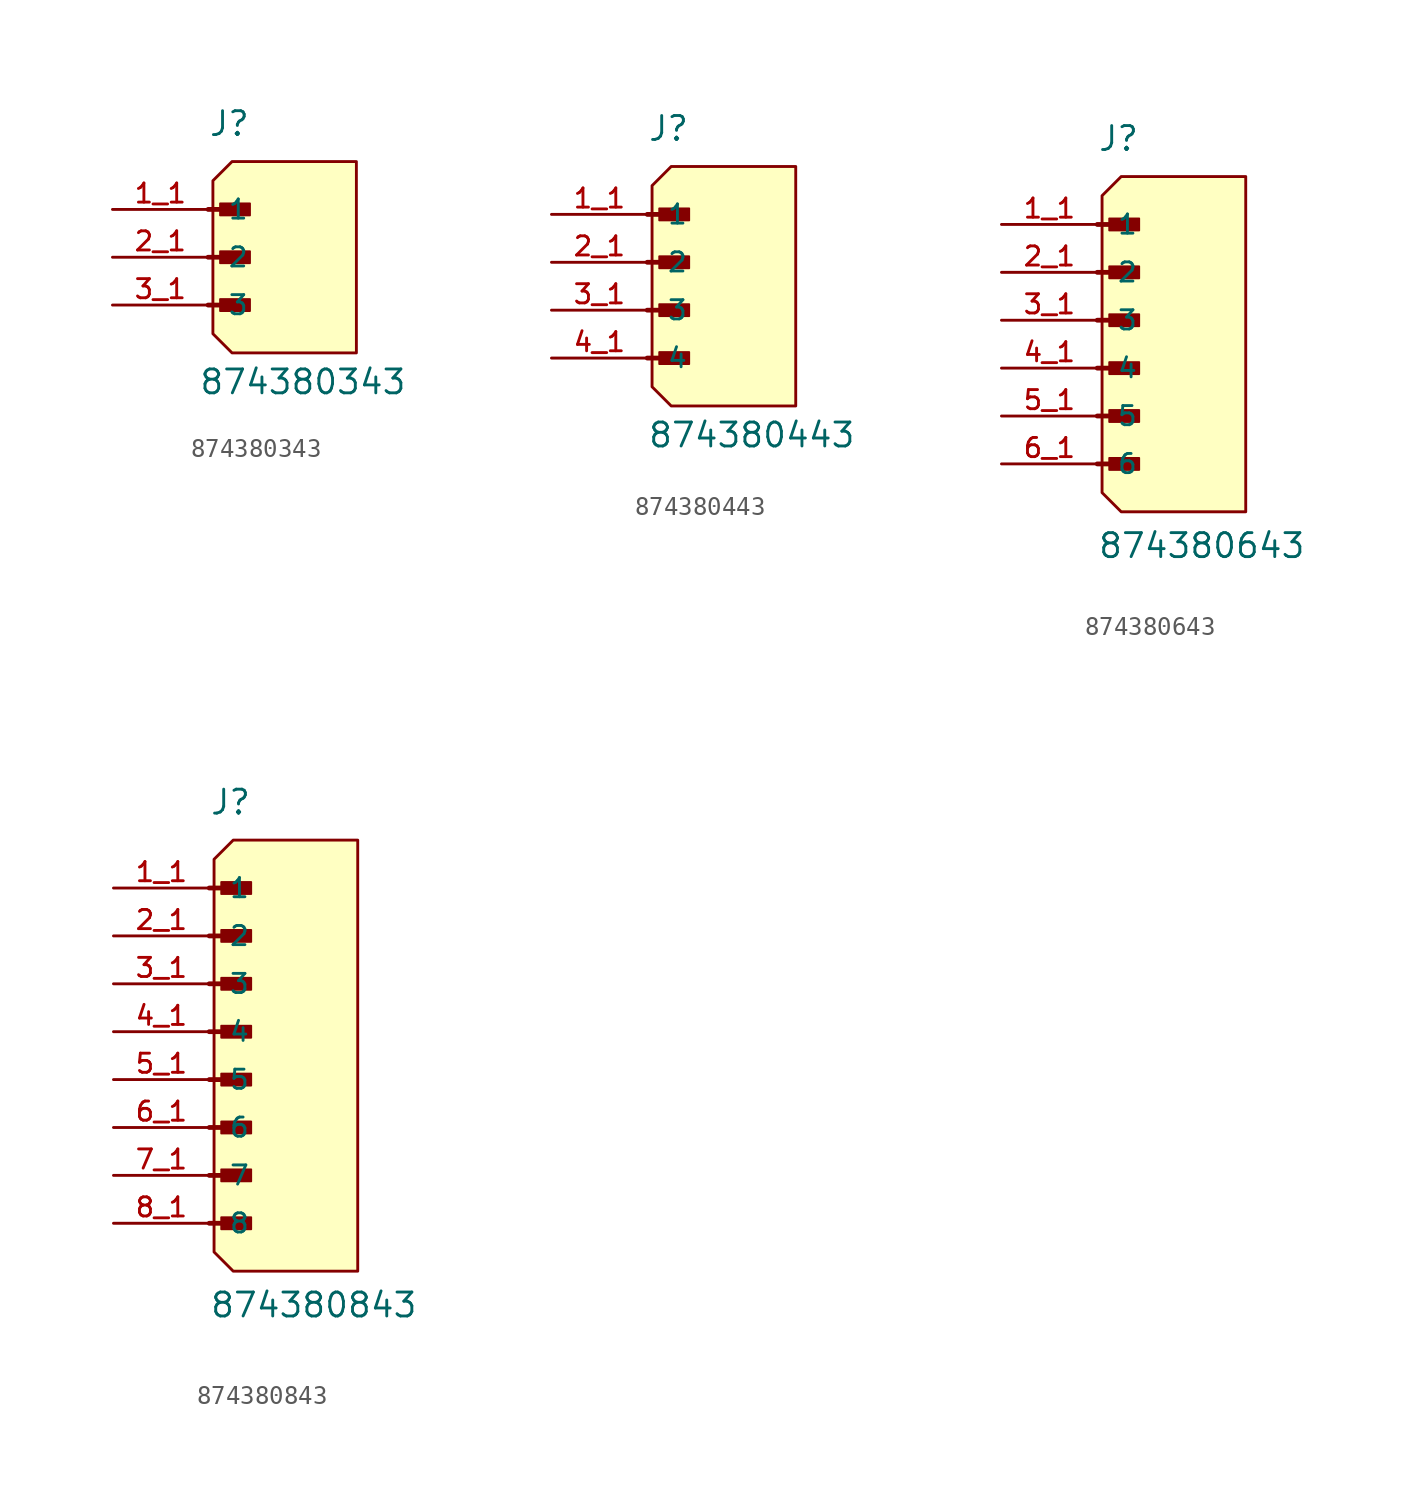
<source format=kicad_sym>
(kicad_symbol_lib
  (version 20241209)
  (generator "kicad_symbol_editor")
  (generator_version "9.0")
  (symbol "874380343"
    (pin_names
      (offset 1.016))
    (property "Reference" "J"
      (at 0 3.81 0)
      (effects (font (size 1.27 1.27)) (justify left bottom)))
    (property "Value" "874380343"
      (at -0.508 -9.906 0)
      (effects (font (size 1.27 1.27)) (justify left bottom)))
    (symbol "874380343_0_0"
      (polyline (pts (xy 0 0) (xy 1.905 0)) (stroke (width 0.254) (type default)) (fill (type none)))
      (polyline (pts (xy 0 -2.54) (xy 1.905 -2.54)) (stroke (width 0.254) (type default)) (fill (type none)))
      (polyline (pts (xy 0 -5.08) (xy 1.905 -5.08)) (stroke (width 0.254) (type default)) (fill (type none)))
      (rectangle (start 0.635 -0.318) (end 2.223 0.318) (stroke (width 0.1) (type default)) (fill (type outline)))
      (rectangle (start 0.635 -2.857) (end 2.223 -2.223) (stroke (width 0.1) (type default)) (fill (type outline)))
      (rectangle (start 0.635 -5.397) (end 2.223 -4.763) (stroke (width 0.1) (type default)) (fill (type outline)))
      (pin passive line (at -5.08 0 0) (length 5.08) (name "1" (effects (font (size 1.016 1.016)))) (number "1_1" (effects (font (size 1.016 1.016)))))
      (pin passive line (at -5.08 0 0) (length 5.08) (hide yes) (name "1" (effects (font (size 1.016 1.016)))) (number "1_2" (effects (font (size 1.016 1.016)))))
      (pin passive line (at -5.08 -2.54 0) (length 5.08) (name "2" (effects (font (size 1.016 1.016)))) (number "2_1" (effects (font (size 1.016 1.016)))))
      (pin passive line (at -5.08 -2.54 0) (length 5.08) (hide yes) (name "2" (effects (font (size 1.016 1.016)))) (number "2_2" (effects (font (size 1.016 1.016)))))
      (pin passive line (at -5.08 -5.08 0) (length 5.08) (name "3" (effects (font (size 1.016 1.016)))) (number "3_1" (effects (font (size 1.016 1.016)))))
      (pin passive line (at -5.08 -5.08 0) (length 5.08) (hide yes) (name "3" (effects (font (size 1.016 1.016)))) (number "3_2" (effects (font (size 1.016 1.016))))))
    (symbol "874380343_1_1"
      (polyline (pts (xy 7.874 2.54) (xy 1.27 2.54) (xy 0.254 1.524) (xy 0.254 -6.604) (xy 1.27 -7.62) (xy 7.874 -7.62) (xy 7.874 2.54)) (stroke (width 0) (type solid)) (fill (type color) (color 255 255 194 1)))))
  (symbol "874380443"
    (pin_names
      (offset 1.016))
    (property "Reference" "J"
      (at 0 3.81 0)
      (effects (font (size 1.27 1.27)) (justify left bottom)))
    (property "Value" "874380443"
      (at 0 -12.446 0)
      (effects (font (size 1.27 1.27)) (justify left bottom)))
    (symbol "874380443_0_0"
      (polyline (pts (xy 0 0) (xy 1.905 0)) (stroke (width 0.254) (type default)) (fill (type none)))
      (polyline (pts (xy 0 -2.54) (xy 1.905 -2.54)) (stroke (width 0.254) (type default)) (fill (type none)))
      (polyline (pts (xy 0 -5.08) (xy 1.905 -5.08)) (stroke (width 0.254) (type default)) (fill (type none)))
      (polyline (pts (xy 0 -7.62) (xy 1.905 -7.62)) (stroke (width 0.254) (type default)) (fill (type none)))
      (rectangle (start 0.635 -0.318) (end 2.223 0.318) (stroke (width 0.1) (type default)) (fill (type outline)))
      (rectangle (start 0.635 -2.857) (end 2.223 -2.223) (stroke (width 0.1) (type default)) (fill (type outline)))
      (rectangle (start 0.635 -5.397) (end 2.223 -4.763) (stroke (width 0.1) (type default)) (fill (type outline)))
      (rectangle (start 0.635 -7.938) (end 2.223 -7.303) (stroke (width 0.1) (type default)) (fill (type outline)))
      (pin passive line (at -5.08 0 0) (length 5.08) (name "1" (effects (font (size 1.016 1.016)))) (number "1_1" (effects (font (size 1.016 1.016)))))
      (pin passive line (at -5.08 0 0) (length 5.08) (hide yes) (name "1" (effects (font (size 1.016 1.016)))) (number "1_2" (effects (font (size 1.016 1.016)))))
      (pin passive line (at -5.08 -2.54 0) (length 5.08) (name "2" (effects (font (size 1.016 1.016)))) (number "2_1" (effects (font (size 1.016 1.016)))))
      (pin passive line (at -5.08 -2.54 0) (length 5.08) (hide yes) (name "2" (effects (font (size 1.016 1.016)))) (number "2_2" (effects (font (size 1.016 1.016)))))
      (pin passive line (at -5.08 -5.08 0) (length 5.08) (name "3" (effects (font (size 1.016 1.016)))) (number "3_1" (effects (font (size 1.016 1.016)))))
      (pin passive line (at -5.08 -5.08 0) (length 5.08) (hide yes) (name "3" (effects (font (size 1.016 1.016)))) (number "3_2" (effects (font (size 1.016 1.016)))))
      (pin passive line (at -5.08 -7.62 0) (length 5.08) (name "4" (effects (font (size 1.016 1.016)))) (number "4_1" (effects (font (size 1.016 1.016)))))
      (pin passive line (at -5.08 -7.62 0) (length 5.08) (hide yes) (name "4" (effects (font (size 1.016 1.016)))) (number "4_2" (effects (font (size 1.016 1.016))))))
    (symbol "874380443_1_1"
      (polyline (pts (xy 7.874 2.54) (xy 1.27 2.54) (xy 0.254 1.524) (xy 0.254 -9.144) (xy 1.27 -10.16) (xy 7.874 -10.16) (xy 7.874 2.54)) (stroke (width 0) (type solid)) (fill (type color) (color 255 255 194 1)))))
  (symbol "874380643"
    (pin_names
      (offset 1.016))
    (property "Reference" "J"
      (at 0 3.81 0)
      (effects (font (size 1.27 1.27)) (justify left bottom)))
    (property "Value" "874380643"
      (at 0 -17.78 0)
      (effects (font (size 1.27 1.27)) (justify left bottom)))
    (symbol "874380643_0_0"
      (polyline (pts (xy 0 0) (xy 1.905 0)) (stroke (width 0.254) (type default)) (fill (type none)))
      (polyline (pts (xy 0 -2.54) (xy 1.905 -2.54)) (stroke (width 0.254) (type default)) (fill (type none)))
      (polyline (pts (xy 0 -5.08) (xy 1.905 -5.08)) (stroke (width 0.254) (type default)) (fill (type none)))
      (polyline (pts (xy 0 -7.62) (xy 1.905 -7.62)) (stroke (width 0.254) (type default)) (fill (type none)))
      (polyline (pts (xy 0 -10.16) (xy 1.905 -10.16)) (stroke (width 0.254) (type default)) (fill (type none)))
      (polyline (pts (xy 0 -12.7) (xy 1.905 -12.7)) (stroke (width 0.254) (type default)) (fill (type none)))
      (rectangle (start 0.635 -0.318) (end 2.223 0.318) (stroke (width 0.1) (type default)) (fill (type outline)))
      (rectangle (start 0.635 -2.857) (end 2.223 -2.223) (stroke (width 0.1) (type default)) (fill (type outline)))
      (rectangle (start 0.635 -5.397) (end 2.223 -4.763) (stroke (width 0.1) (type default)) (fill (type outline)))
      (rectangle (start 0.635 -7.938) (end 2.223 -7.303) (stroke (width 0.1) (type default)) (fill (type outline)))
      (rectangle (start 0.635 -10.477) (end 2.223 -9.842) (stroke (width 0.1) (type default)) (fill (type outline)))
      (rectangle (start 0.635 -13.018) (end 2.223 -12.383) (stroke (width 0.1) (type default)) (fill (type outline)))
      (pin passive line (at -5.08 0 0) (length 5.08) (name "1" (effects (font (size 1.016 1.016)))) (number "1_1" (effects (font (size 1.016 1.016)))))
      (pin passive line (at -5.08 0 0) (length 5.08) (hide yes) (name "1" (effects (font (size 1.016 1.016)))) (number "1_2" (effects (font (size 1.016 1.016)))))
      (pin passive line (at -5.08 -2.54 0) (length 5.08) (name "2" (effects (font (size 1.016 1.016)))) (number "2_1" (effects (font (size 1.016 1.016)))))
      (pin passive line (at -5.08 -2.54 0) (length 5.08) (hide yes) (name "2" (effects (font (size 1.016 1.016)))) (number "2_2" (effects (font (size 1.016 1.016)))))
      (pin passive line (at -5.08 -5.08 0) (length 5.08) (name "3" (effects (font (size 1.016 1.016)))) (number "3_1" (effects (font (size 1.016 1.016)))))
      (pin passive line (at -5.08 -5.08 0) (length 5.08) (hide yes) (name "3" (effects (font (size 1.016 1.016)))) (number "3_2" (effects (font (size 1.016 1.016)))))
      (pin passive line (at -5.08 -7.62 0) (length 5.08) (name "4" (effects (font (size 1.016 1.016)))) (number "4_1" (effects (font (size 1.016 1.016)))))
      (pin passive line (at -5.08 -7.62 0) (length 5.08) (hide yes) (name "4" (effects (font (size 1.016 1.016)))) (number "4_2" (effects (font (size 1.016 1.016)))))
      (pin passive line (at -5.08 -10.16 0) (length 5.08) (name "5" (effects (font (size 1.016 1.016)))) (number "5_1" (effects (font (size 1.016 1.016)))))
      (pin passive line (at -5.08 -10.16 0) (length 5.08) (hide yes) (name "5" (effects (font (size 1.016 1.016)))) (number "5_2" (effects (font (size 1.016 1.016)))))
      (pin passive line (at -5.08 -12.7 0) (length 5.08) (name "6" (effects (font (size 1.016 1.016)))) (number "6_1" (effects (font (size 1.016 1.016)))))
      (pin passive line (at -5.08 -12.7 0) (length 5.08) (hide yes) (name "6" (effects (font (size 1.016 1.016)))) (number "6_2" (effects (font (size 1.016 1.016))))))
    (symbol "874380643_1_1"
      (polyline (pts (xy 7.874 2.54) (xy 1.27 2.54) (xy 0.254 1.524) (xy 0.254 -14.224) (xy 1.27 -15.24) (xy 7.874 -15.24) (xy 7.874 2.54)) (stroke (width 0) (type solid)) (fill (type color) (color 255 255 194 1)))))
  (symbol "874380843"
    (pin_names
      (offset 1.016))
    (property "Reference" "J"
      (at 0 3.81 0)
      (effects (font (size 1.27 1.27)) (justify left bottom)))
    (property "Value" "874380843"
      (at 0 -22.86 0)
      (effects (font (size 1.27 1.27)) (justify left bottom)))
    (symbol "874380843_0_0"
      (polyline (pts (xy 0 0) (xy 1.905 0)) (stroke (width 0.254) (type default)) (fill (type none)))
      (polyline (pts (xy 0 -2.54) (xy 1.905 -2.54)) (stroke (width 0.254) (type default)) (fill (type none)))
      (polyline (pts (xy 0 -5.08) (xy 1.905 -5.08)) (stroke (width 0.254) (type default)) (fill (type none)))
      (polyline (pts (xy 0 -7.62) (xy 1.905 -7.62)) (stroke (width 0.254) (type default)) (fill (type none)))
      (polyline (pts (xy 0 -10.16) (xy 1.905 -10.16)) (stroke (width 0.254) (type default)) (fill (type none)))
      (polyline (pts (xy 0 -12.7) (xy 1.905 -12.7)) (stroke (width 0.254) (type default)) (fill (type none)))
      (polyline (pts (xy 0 -15.24) (xy 1.905 -15.24)) (stroke (width 0.254) (type default)) (fill (type none)))
      (polyline (pts (xy 0 -17.78) (xy 1.905 -17.78)) (stroke (width 0.254) (type default)) (fill (type none)))
      (rectangle (start 0.635 -0.318) (end 2.223 0.318) (stroke (width 0.1) (type default)) (fill (type outline)))
      (rectangle (start 0.635 -2.857) (end 2.223 -2.223) (stroke (width 0.1) (type default)) (fill (type outline)))
      (rectangle (start 0.635 -5.397) (end 2.223 -4.763) (stroke (width 0.1) (type default)) (fill (type outline)))
      (rectangle (start 0.635 -7.938) (end 2.223 -7.303) (stroke (width 0.1) (type default)) (fill (type outline)))
      (rectangle (start 0.635 -10.477) (end 2.223 -9.842) (stroke (width 0.1) (type default)) (fill (type outline)))
      (rectangle (start 0.635 -13.018) (end 2.223 -12.383) (stroke (width 0.1) (type default)) (fill (type outline)))
      (rectangle (start 0.635 -15.557) (end 2.223 -14.922) (stroke (width 0.1) (type default)) (fill (type outline)))
      (rectangle (start 0.635 -18.098) (end 2.223 -17.462) (stroke (width 0.1) (type default)) (fill (type outline)))
      (pin passive line (at -5.08 0 0) (length 5.08) (name "1" (effects (font (size 1.016 1.016)))) (number "1_1" (effects (font (size 1.016 1.016)))))
      (pin passive line (at -5.08 0 0) (length 5.08) (hide yes) (name "1" (effects (font (size 1.016 1.016)))) (number "1_2" (effects (font (size 1.016 1.016)))))
      (pin passive line (at -5.08 -2.54 0) (length 5.08) (name "2" (effects (font (size 1.016 1.016)))) (number "2_1" (effects (font (size 1.016 1.016)))))
      (pin passive line (at -5.08 -2.54 0) (length 5.08) (hide yes) (name "2" (effects (font (size 1.016 1.016)))) (number "2_2" (effects (font (size 1.016 1.016)))))
      (pin passive line (at -5.08 -5.08 0) (length 5.08) (name "3" (effects (font (size 1.016 1.016)))) (number "3_1" (effects (font (size 1.016 1.016)))))
      (pin passive line (at -5.08 -5.08 0) (length 5.08) (hide yes) (name "3" (effects (font (size 1.016 1.016)))) (number "3_2" (effects (font (size 1.016 1.016)))))
      (pin passive line (at -5.08 -7.62 0) (length 5.08) (name "4" (effects (font (size 1.016 1.016)))) (number "4_1" (effects (font (size 1.016 1.016)))))
      (pin passive line (at -5.08 -7.62 0) (length 5.08) (hide yes) (name "4" (effects (font (size 1.016 1.016)))) (number "4_2" (effects (font (size 1.016 1.016)))))
      (pin passive line (at -5.08 -10.16 0) (length 5.08) (name "5" (effects (font (size 1.016 1.016)))) (number "5_1" (effects (font (size 1.016 1.016)))))
      (pin passive line (at -5.08 -10.16 0) (length 5.08) (hide yes) (name "5" (effects (font (size 1.016 1.016)))) (number "5_2" (effects (font (size 1.016 1.016)))))
      (pin passive line (at -5.08 -12.7 0) (length 5.08) (name "6" (effects (font (size 1.016 1.016)))) (number "6_1" (effects (font (size 1.016 1.016)))))
      (pin passive line (at -5.08 -12.7 0) (length 5.08) (hide yes) (name "6" (effects (font (size 1.016 1.016)))) (number "6_2" (effects (font (size 1.016 1.016)))))
      (pin passive line (at -5.08 -15.24 0) (length 5.08) (name "7" (effects (font (size 1.016 1.016)))) (number "7_1" (effects (font (size 1.016 1.016)))))
      (pin passive line (at -5.08 -15.24 0) (length 5.08) (hide yes) (name "7" (effects (font (size 1.016 1.016)))) (number "7_2" (effects (font (size 1.016 1.016)))))
      (pin passive line (at -5.08 -17.78 0) (length 5.08) (name "8" (effects (font (size 1.016 1.016)))) (number "8_1" (effects (font (size 1.016 1.016)))))
      (pin passive line (at -5.08 -17.78 0) (length 5.08) (hide yes) (name "8" (effects (font (size 1.016 1.016)))) (number "8_2" (effects (font (size 1.016 1.016))))))
    (symbol "874380843_1_1"
      (polyline (pts (xy 7.874 2.54) (xy 1.27 2.54) (xy 0.254 1.524) (xy 0.254 -19.304) (xy 1.27 -20.32) (xy 7.874 -20.32) (xy 7.874 2.54)) (stroke (width 0) (type solid)) (fill (type color) (color 255 255 194 1))))))
</source>
